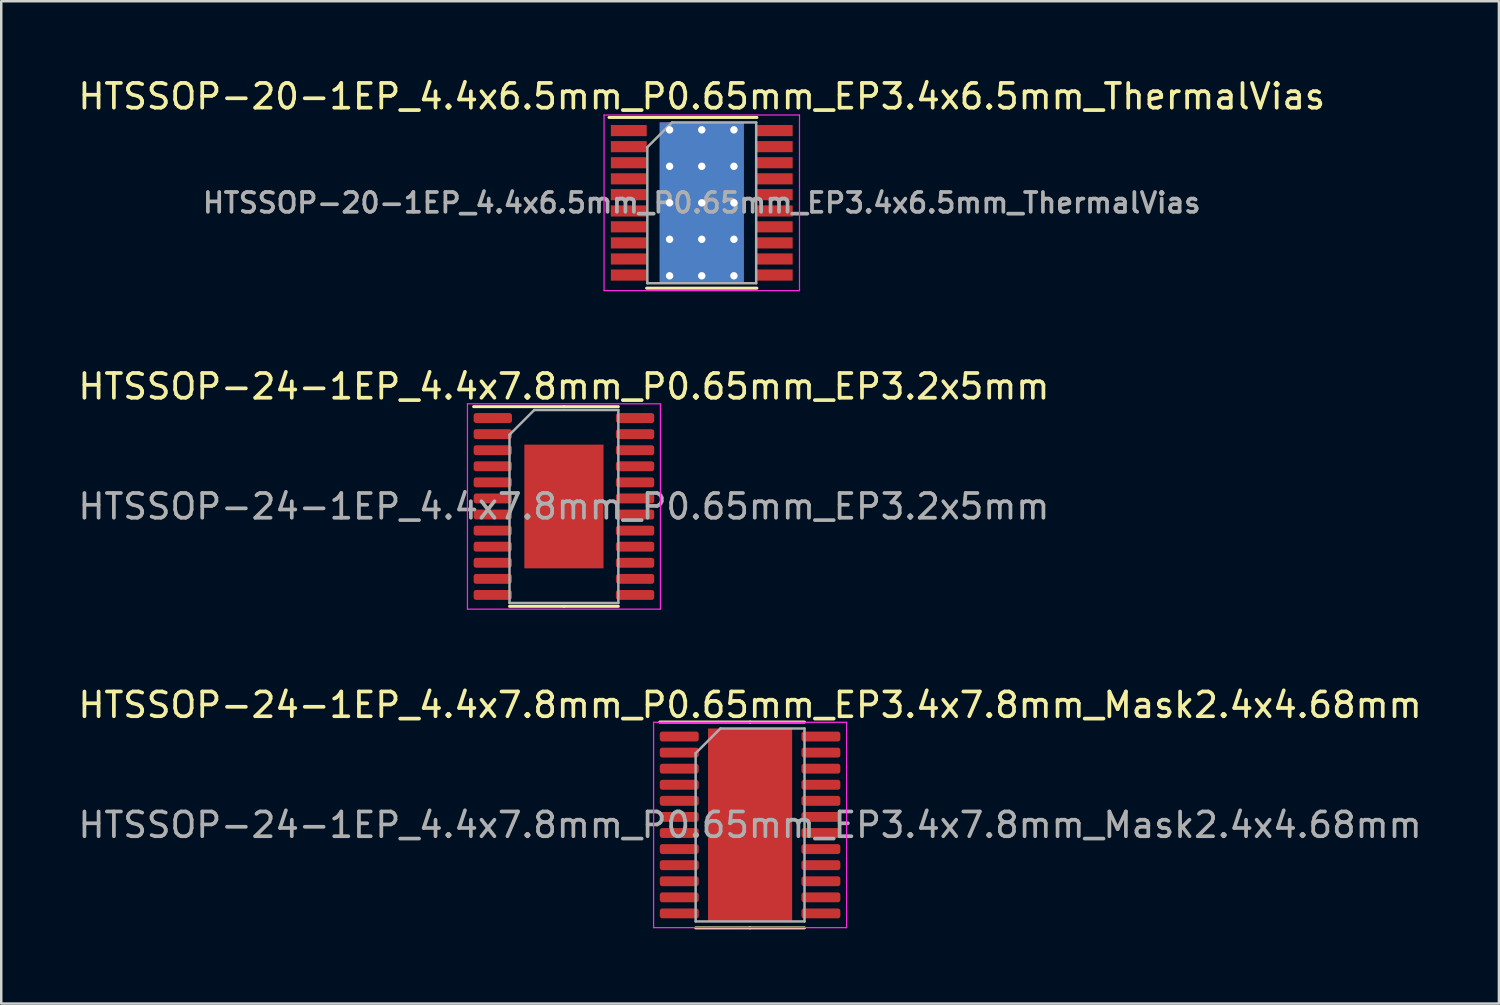
<source format=kicad_pcb>
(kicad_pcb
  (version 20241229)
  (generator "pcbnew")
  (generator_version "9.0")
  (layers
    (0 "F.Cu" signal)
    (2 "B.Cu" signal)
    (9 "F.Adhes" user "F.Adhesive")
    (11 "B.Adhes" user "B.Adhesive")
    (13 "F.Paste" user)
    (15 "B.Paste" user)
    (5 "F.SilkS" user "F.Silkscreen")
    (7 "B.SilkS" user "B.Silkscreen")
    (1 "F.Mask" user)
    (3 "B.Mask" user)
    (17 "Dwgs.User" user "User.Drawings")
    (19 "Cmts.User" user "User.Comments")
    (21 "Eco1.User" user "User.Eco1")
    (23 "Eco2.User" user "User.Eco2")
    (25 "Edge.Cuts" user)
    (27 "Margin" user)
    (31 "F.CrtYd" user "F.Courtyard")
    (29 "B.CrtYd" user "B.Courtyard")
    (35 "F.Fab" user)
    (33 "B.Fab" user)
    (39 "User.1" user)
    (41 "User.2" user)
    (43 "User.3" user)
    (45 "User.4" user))
  (footprint "HTSSOP-24-1EP_4.4x7.8mm_P0.65mm_EP3.2x5mm"
    (layer "F.Cu")
    (at 19.744 17.422)
    (property "Reference" "HTSSOP-24-1EP_4.4x7.8mm_P0.65mm_EP3.2x5mm" (at 0 -4.85 0) (layer "F.SilkS") (effects (font (size 1 1) (thickness 0.15))))
    (attr smd)
    (fp_line (start 0 -4.035) (end -3.65 -4.035) (stroke (width 0.12) (type solid)) (layer "F.SilkS"))
    (fp_line (start 0 -4.035) (end 2.2 -4.035) (stroke (width 0.12) (type solid)) (layer "F.SilkS"))
    (fp_line (start 0 4.035) (end -2.2 4.035) (stroke (width 0.12) (type solid)) (layer "F.SilkS"))
    (fp_line (start 0 4.035) (end 2.2 4.035) (stroke (width 0.12) (type solid)) (layer "F.SilkS"))
    (fp_line (start -3.9 -4.15) (end -3.9 4.15) (stroke (width 0.05) (type solid)) (layer "F.CrtYd"))
    (fp_line (start -3.9 4.15) (end 3.9 4.15) (stroke (width 0.05) (type solid)) (layer "F.CrtYd"))
    (fp_line (start 3.9 -4.15) (end -3.9 -4.15) (stroke (width 0.05) (type solid)) (layer "F.CrtYd"))
    (fp_line (start 3.9 4.15) (end 3.9 -4.15) (stroke (width 0.05) (type solid)) (layer "F.CrtYd"))
    (fp_line (start -2.2 -2.9) (end -1.2 -3.9) (stroke (width 0.1) (type solid)) (layer "F.Fab"))
    (fp_line (start -2.2 3.9) (end -2.2 -2.9) (stroke (width 0.1) (type solid)) (layer "F.Fab"))
    (fp_line (start -1.2 -3.9) (end 2.2 -3.9) (stroke (width 0.1) (type solid)) (layer "F.Fab"))
    (fp_line (start 2.2 -3.9) (end 2.2 3.9) (stroke (width 0.1) (type solid)) (layer "F.Fab"))
    (fp_line (start 2.2 3.9) (end -2.2 3.9) (stroke (width 0.1) (type solid)) (layer "F.Fab"))
    (fp_text user "${REFERENCE}" (at 0 0 0) (layer "F.Fab") (effects (font (size 1 1) (thickness 0.15))))
    (pad "" smd roundrect (at -0.8 -1.67) (size 1.29 1.34) (layers "F.Paste") (roundrect_rratio 0.194))
    (pad "" smd roundrect (at -0.8 0) (size 1.29 1.34) (layers "F.Paste") (roundrect_rratio 0.194))
    (pad "" smd roundrect (at -0.8 1.67) (size 1.29 1.34) (layers "F.Paste") (roundrect_rratio 0.194))
    (pad "" smd roundrect (at 0.8 -1.67) (size 1.29 1.34) (layers "F.Paste") (roundrect_rratio 0.194))
    (pad "" smd roundrect (at 0.8 0) (size 1.29 1.34) (layers "F.Paste") (roundrect_rratio 0.194))
    (pad "" smd roundrect (at 0.8 1.67) (size 1.29 1.34) (layers "F.Paste") (roundrect_rratio 0.194))
    (pad "1" smd roundrect (at -2.875 -3.575) (size 1.55 0.4) (layers "F.Cu" "F.Mask" "F.Paste") (roundrect_rratio 0.25))
    (pad "2" smd roundrect (at -2.875 -2.925) (size 1.55 0.4) (layers "F.Cu" "F.Mask" "F.Paste") (roundrect_rratio 0.25))
    (pad "3" smd roundrect (at -2.875 -2.275) (size 1.55 0.4) (layers "F.Cu" "F.Mask" "F.Paste") (roundrect_rratio 0.25))
    (pad "4" smd roundrect (at -2.875 -1.625) (size 1.55 0.4) (layers "F.Cu" "F.Mask" "F.Paste") (roundrect_rratio 0.25))
    (pad "5" smd roundrect (at -2.875 -0.975) (size 1.55 0.4) (layers "F.Cu" "F.Mask" "F.Paste") (roundrect_rratio 0.25))
    (pad "6" smd roundrect (at -2.875 -0.325) (size 1.55 0.4) (layers "F.Cu" "F.Mask" "F.Paste") (roundrect_rratio 0.25))
    (pad "7" smd roundrect (at -2.875 0.325) (size 1.55 0.4) (layers "F.Cu" "F.Mask" "F.Paste") (roundrect_rratio 0.25))
    (pad "8" smd roundrect (at -2.875 0.975) (size 1.55 0.4) (layers "F.Cu" "F.Mask" "F.Paste") (roundrect_rratio 0.25))
    (pad "9" smd roundrect (at -2.875 1.625) (size 1.55 0.4) (layers "F.Cu" "F.Mask" "F.Paste") (roundrect_rratio 0.25))
    (pad "10" smd roundrect (at -2.875 2.275) (size 1.55 0.4) (layers "F.Cu" "F.Mask" "F.Paste") (roundrect_rratio 0.25))
    (pad "11" smd roundrect (at -2.875 2.925) (size 1.55 0.4) (layers "F.Cu" "F.Mask" "F.Paste") (roundrect_rratio 0.25))
    (pad "12" smd roundrect (at -2.875 3.575) (size 1.55 0.4) (layers "F.Cu" "F.Mask" "F.Paste") (roundrect_rratio 0.25))
    (pad "13" smd roundrect (at 2.875 3.575) (size 1.55 0.4) (layers "F.Cu" "F.Mask" "F.Paste") (roundrect_rratio 0.25))
    (pad "14" smd roundrect (at 2.875 2.925) (size 1.55 0.4) (layers "F.Cu" "F.Mask" "F.Paste") (roundrect_rratio 0.25))
    (pad "15" smd roundrect (at 2.875 2.275) (size 1.55 0.4) (layers "F.Cu" "F.Mask" "F.Paste") (roundrect_rratio 0.25))
    (pad "16" smd roundrect (at 2.875 1.625) (size 1.55 0.4) (layers "F.Cu" "F.Mask" "F.Paste") (roundrect_rratio 0.25))
    (pad "17" smd roundrect (at 2.875 0.975) (size 1.55 0.4) (layers "F.Cu" "F.Mask" "F.Paste") (roundrect_rratio 0.25))
    (pad "18" smd roundrect (at 2.875 0.325) (size 1.55 0.4) (layers "F.Cu" "F.Mask" "F.Paste") (roundrect_rratio 0.25))
    (pad "19" smd roundrect (at 2.875 -0.325) (size 1.55 0.4) (layers "F.Cu" "F.Mask" "F.Paste") (roundrect_rratio 0.25))
    (pad "20" smd roundrect (at 2.875 -0.975) (size 1.55 0.4) (layers "F.Cu" "F.Mask" "F.Paste") (roundrect_rratio 0.25))
    (pad "21" smd roundrect (at 2.875 -1.625) (size 1.55 0.4) (layers "F.Cu" "F.Mask" "F.Paste") (roundrect_rratio 0.25))
    (pad "22" smd roundrect (at 2.875 -2.275) (size 1.55 0.4) (layers "F.Cu" "F.Mask" "F.Paste") (roundrect_rratio 0.25))
    (pad "23" smd roundrect (at 2.875 -2.925) (size 1.55 0.4) (layers "F.Cu" "F.Mask" "F.Paste") (roundrect_rratio 0.25))
    (pad "24" smd roundrect (at 2.875 -3.575) (size 1.55 0.4) (layers "F.Cu" "F.Mask" "F.Paste") (roundrect_rratio 0.25))
    (pad "25" smd rect (at 0 0) (size 3.2 5) (layers "F.Cu" "F.Mask")))
  (footprint "HTSSOP-20-1EP_4.4x6.5mm_P0.65mm_EP3.4x6.5mm_ThermalVias"
    (layer "F.Cu")
    (at 25.315 5.148)
    (property "Reference" "HTSSOP-20-1EP_4.4x6.5mm_P0.65mm_EP3.4x6.5mm_ThermalVias" (at 0 -4.3 0) (layer "F.SilkS") (effects (font (size 1 1) (thickness 0.15))))
    (attr smd)
    (fp_line (start -3.75 -3.45) (end 2.23 -3.45) (stroke (width 0.12) (type solid)) (layer "F.SilkS"))
    (fp_line (start -2.23 3.45) (end 2.23 3.45) (stroke (width 0.12) (type solid)) (layer "F.SilkS"))
    (fp_line (start -3.95 -3.55) (end -3.95 3.55) (stroke (width 0.05) (type solid)) (layer "F.CrtYd"))
    (fp_line (start -3.95 -3.55) (end 3.95 -3.55) (stroke (width 0.05) (type solid)) (layer "F.CrtYd"))
    (fp_line (start -3.95 3.55) (end 3.95 3.55) (stroke (width 0.05) (type solid)) (layer "F.CrtYd"))
    (fp_line (start 3.95 -3.55) (end 3.95 3.55) (stroke (width 0.05) (type solid)) (layer "F.CrtYd"))
    (fp_line (start -2.2 -2.25) (end -1.2 -3.25) (stroke (width 0.1) (type solid)) (layer "F.Fab"))
    (fp_line (start -2.2 3.25) (end -2.2 -2.25) (stroke (width 0.1) (type solid)) (layer "F.Fab"))
    (fp_line (start -1.2 -3.25) (end 2.2 -3.25) (stroke (width 0.1) (type solid)) (layer "F.Fab"))
    (fp_line (start 2.2 -3.25) (end 2.2 3.25) (stroke (width 0.1) (type solid)) (layer "F.Fab"))
    (fp_line (start 2.2 3.25) (end -2.2 3.25) (stroke (width 0.1) (type solid)) (layer "F.Fab"))
    (fp_text user "${REFERENCE}" (at 0 0 0) (layer "F.Fab") (effects (font (size 0.8 0.8) (thickness 0.15))))
    (pad "" smd rect (at -0.85 -2.212) (size 1.4 1.075) (layers "F.Paste"))
    (pad "" smd rect (at -0.85 -0.738) (size 1.4 1.075) (layers "F.Paste"))
    (pad "" smd rect (at -0.85 0.738) (size 1.4 1.075) (layers "F.Paste"))
    (pad "" smd rect (at -0.85 2.212) (size 1.4 1.075) (layers "F.Paste"))
    (pad "" smd rect (at 0.85 -2.212) (size 1.4 1.075) (layers "F.Paste"))
    (pad "" smd rect (at 0.85 -0.738) (size 1.4 1.075) (layers "F.Paste"))
    (pad "" smd rect (at 0.85 0.738) (size 1.4 1.075) (layers "F.Paste"))
    (pad "" smd rect (at 0.85 2.212) (size 1.4 1.075) (layers "F.Paste"))
    (pad "1" smd rect (at -2.95 -2.92) (size 1.45 0.45) (layers "F.Cu" "F.Mask" "F.Paste"))
    (pad "2" smd rect (at -2.95 -2.27) (size 1.45 0.45) (layers "F.Cu" "F.Mask" "F.Paste"))
    (pad "3" smd rect (at -2.95 -1.62) (size 1.45 0.45) (layers "F.Cu" "F.Mask" "F.Paste"))
    (pad "4" smd rect (at -2.95 -0.97) (size 1.45 0.45) (layers "F.Cu" "F.Mask" "F.Paste"))
    (pad "5" smd rect (at -2.95 -0.33) (size 1.45 0.45) (layers "F.Cu" "F.Mask" "F.Paste"))
    (pad "6" smd rect (at -2.95 0.33) (size 1.45 0.45) (layers "F.Cu" "F.Mask" "F.Paste"))
    (pad "7" smd rect (at -2.95 0.97) (size 1.45 0.45) (layers "F.Cu" "F.Mask" "F.Paste"))
    (pad "8" smd rect (at -2.95 1.62) (size 1.45 0.45) (layers "F.Cu" "F.Mask" "F.Paste"))
    (pad "9" smd rect (at -2.95 2.27) (size 1.45 0.45) (layers "F.Cu" "F.Mask" "F.Paste"))
    (pad "10" smd rect (at -2.95 2.92) (size 1.45 0.45) (layers "F.Cu" "F.Mask" "F.Paste"))
    (pad "11" smd rect (at 2.95 2.92) (size 1.45 0.45) (layers "F.Cu" "F.Mask" "F.Paste"))
    (pad "12" smd rect (at 2.95 2.27) (size 1.45 0.45) (layers "F.Cu" "F.Mask" "F.Paste"))
    (pad "13" smd rect (at 2.95 1.62) (size 1.45 0.45) (layers "F.Cu" "F.Mask" "F.Paste"))
    (pad "14" smd rect (at 2.95 0.97) (size 1.45 0.45) (layers "F.Cu" "F.Mask" "F.Paste"))
    (pad "15" smd rect (at 2.95 0.33) (size 1.45 0.45) (layers "F.Cu" "F.Mask" "F.Paste"))
    (pad "16" smd rect (at 2.95 -0.33) (size 1.45 0.45) (layers "F.Cu" "F.Mask" "F.Paste"))
    (pad "17" smd rect (at 2.95 -0.97) (size 1.45 0.45) (layers "F.Cu" "F.Mask" "F.Paste"))
    (pad "18" smd rect (at 2.95 -1.62) (size 1.45 0.45) (layers "F.Cu" "F.Mask" "F.Paste"))
    (pad "19" smd rect (at 2.95 -2.27) (size 1.45 0.45) (layers "F.Cu" "F.Mask" "F.Paste"))
    (pad "20" smd rect (at 2.95 -2.92) (size 1.45 0.45) (layers "F.Cu" "F.Mask" "F.Paste"))
    (pad "21" thru_hole circle (at -1.3 -2.95) (size 0.6 0.6) (drill 0.3) (layers "*.Cu"))
    (pad "21" thru_hole circle (at -1.3 -1.475) (size 0.6 0.6) (drill 0.3) (layers "*.Cu"))
    (pad "21" thru_hole circle (at -1.3 0) (size 0.6 0.6) (drill 0.3) (layers "*.Cu"))
    (pad "21" thru_hole circle (at -1.3 1.475) (size 0.6 0.6) (drill 0.3) (layers "*.Cu"))
    (pad "21" thru_hole circle (at -1.3 2.95) (size 0.6 0.6) (drill 0.3) (layers "*.Cu"))
    (pad "21" thru_hole circle (at 0 -2.95) (size 0.6 0.6) (drill 0.3) (layers "*.Cu"))
    (pad "21" thru_hole circle (at 0 -1.475) (size 0.6 0.6) (drill 0.3) (layers "*.Cu"))
    (pad "21" thru_hole circle (at 0 0) (size 0.6 0.6) (drill 0.3) (layers "*.Cu"))
    (pad "21" smd rect (at 0 0) (size 3.4 6.5) (layers "F.Cu" "F.Mask"))
    (pad "21" smd rect (at 0 0) (size 3.4 6.5) (layers "B.Cu"))
    (pad "21" thru_hole circle (at 0 1.475) (size 0.6 0.6) (drill 0.3) (layers "*.Cu"))
    (pad "21" thru_hole circle (at 0 2.95) (size 0.6 0.6) (drill 0.3) (layers "*.Cu"))
    (pad "21" thru_hole circle (at 1.3 -2.95) (size 0.6 0.6) (drill 0.3) (layers "*.Cu"))
    (pad "21" thru_hole circle (at 1.3 -1.475) (size 0.6 0.6) (drill 0.3) (layers "*.Cu"))
    (pad "21" thru_hole circle (at 1.3 0) (size 0.6 0.6) (drill 0.3) (layers "*.Cu"))
    (pad "21" thru_hole circle (at 1.3 1.475) (size 0.6 0.6) (drill 0.3) (layers "*.Cu"))
    (pad "21" thru_hole circle (at 1.3 2.95) (size 0.6 0.6) (drill 0.3) (layers "*.Cu")))
  (footprint "HTSSOP-24-1EP_4.4x7.8mm_P0.65mm_EP3.4x7.8mm_Mask2.4x4.68mm"
    (layer "F.Cu")
    (at 27.268 30.295)
    (property "Reference" "HTSSOP-24-1EP_4.4x7.8mm_P0.65mm_EP3.4x7.8mm_Mask2.4x4.68mm" (at 0 -4.85 0) (layer "F.SilkS") (effects (font (size 1 1) (thickness 0.15))))
    (attr smd)
    (fp_line (start 0 -4.16) (end -3.65 -4.16) (stroke (width 0.12) (type solid)) (layer "F.SilkS"))
    (fp_line (start 0 -4.16) (end 2.2 -4.16) (stroke (width 0.12) (type solid)) (layer "F.SilkS"))
    (fp_line (start 0 4.16) (end -2.2 4.16) (stroke (width 0.12) (type solid)) (layer "F.SilkS"))
    (fp_line (start 0 4.16) (end 2.2 4.16) (stroke (width 0.12) (type solid)) (layer "F.SilkS"))
    (fp_line (start -3.9 -4.15) (end -3.9 4.15) (stroke (width 0.05) (type solid)) (layer "F.CrtYd"))
    (fp_line (start -3.9 4.15) (end 3.9 4.15) (stroke (width 0.05) (type solid)) (layer "F.CrtYd"))
    (fp_line (start 3.9 -4.15) (end -3.9 -4.15) (stroke (width 0.05) (type solid)) (layer "F.CrtYd"))
    (fp_line (start 3.9 4.15) (end 3.9 -4.15) (stroke (width 0.05) (type solid)) (layer "F.CrtYd"))
    (fp_line (start -2.2 -2.9) (end -1.2 -3.9) (stroke (width 0.1) (type solid)) (layer "F.Fab"))
    (fp_line (start -2.2 3.9) (end -2.2 -2.9) (stroke (width 0.1) (type solid)) (layer "F.Fab"))
    (fp_line (start -1.2 -3.9) (end 2.2 -3.9) (stroke (width 0.1) (type solid)) (layer "F.Fab"))
    (fp_line (start 2.2 -3.9) (end 2.2 3.9) (stroke (width 0.1) (type solid)) (layer "F.Fab"))
    (fp_line (start 2.2 3.9) (end -2.2 3.9) (stroke (width 0.1) (type solid)) (layer "F.Fab"))
    (fp_text user "${REFERENCE}" (at 0 0 0) (layer "F.Fab") (effects (font (size 1 1) (thickness 0.15))))
    (pad "" smd roundrect (at 0 -1.17) (size 1.93 1.89) (layers "F.Paste") (roundrect_rratio 0.132))
    (pad "" smd rect (at 0 0) (size 2.4 4.68) (layers "F.Mask"))
    (pad "" smd roundrect (at 0 1.17) (size 1.93 1.89) (layers "F.Paste") (roundrect_rratio 0.132))
    (pad "1" smd roundrect (at -2.862 -3.575) (size 1.575 0.4) (layers "F.Cu" "F.Mask" "F.Paste") (roundrect_rratio 0.25))
    (pad "2" smd roundrect (at -2.862 -2.925) (size 1.575 0.4) (layers "F.Cu" "F.Mask" "F.Paste") (roundrect_rratio 0.25))
    (pad "3" smd roundrect (at -2.862 -2.275) (size 1.575 0.4) (layers "F.Cu" "F.Mask" "F.Paste") (roundrect_rratio 0.25))
    (pad "4" smd roundrect (at -2.862 -1.625) (size 1.575 0.4) (layers "F.Cu" "F.Mask" "F.Paste") (roundrect_rratio 0.25))
    (pad "5" smd roundrect (at -2.862 -0.975) (size 1.575 0.4) (layers "F.Cu" "F.Mask" "F.Paste") (roundrect_rratio 0.25))
    (pad "6" smd roundrect (at -2.862 -0.325) (size 1.575 0.4) (layers "F.Cu" "F.Mask" "F.Paste") (roundrect_rratio 0.25))
    (pad "7" smd roundrect (at -2.862 0.325) (size 1.575 0.4) (layers "F.Cu" "F.Mask" "F.Paste") (roundrect_rratio 0.25))
    (pad "8" smd roundrect (at -2.862 0.975) (size 1.575 0.4) (layers "F.Cu" "F.Mask" "F.Paste") (roundrect_rratio 0.25))
    (pad "9" smd roundrect (at -2.862 1.625) (size 1.575 0.4) (layers "F.Cu" "F.Mask" "F.Paste") (roundrect_rratio 0.25))
    (pad "10" smd roundrect (at -2.862 2.275) (size 1.575 0.4) (layers "F.Cu" "F.Mask" "F.Paste") (roundrect_rratio 0.25))
    (pad "11" smd roundrect (at -2.862 2.925) (size 1.575 0.4) (layers "F.Cu" "F.Mask" "F.Paste") (roundrect_rratio 0.25))
    (pad "12" smd roundrect (at -2.862 3.575) (size 1.575 0.4) (layers "F.Cu" "F.Mask" "F.Paste") (roundrect_rratio 0.25))
    (pad "13" smd roundrect (at 2.862 3.575) (size 1.575 0.4) (layers "F.Cu" "F.Mask" "F.Paste") (roundrect_rratio 0.25))
    (pad "14" smd roundrect (at 2.862 2.925) (size 1.575 0.4) (layers "F.Cu" "F.Mask" "F.Paste") (roundrect_rratio 0.25))
    (pad "15" smd roundrect (at 2.862 2.275) (size 1.575 0.4) (layers "F.Cu" "F.Mask" "F.Paste") (roundrect_rratio 0.25))
    (pad "16" smd roundrect (at 2.862 1.625) (size 1.575 0.4) (layers "F.Cu" "F.Mask" "F.Paste") (roundrect_rratio 0.25))
    (pad "17" smd roundrect (at 2.862 0.975) (size 1.575 0.4) (layers "F.Cu" "F.Mask" "F.Paste") (roundrect_rratio 0.25))
    (pad "18" smd roundrect (at 2.862 0.325) (size 1.575 0.4) (layers "F.Cu" "F.Mask" "F.Paste") (roundrect_rratio 0.25))
    (pad "19" smd roundrect (at 2.862 -0.325) (size 1.575 0.4) (layers "F.Cu" "F.Mask" "F.Paste") (roundrect_rratio 0.25))
    (pad "20" smd roundrect (at 2.862 -0.975) (size 1.575 0.4) (layers "F.Cu" "F.Mask" "F.Paste") (roundrect_rratio 0.25))
    (pad "21" smd roundrect (at 2.862 -1.625) (size 1.575 0.4) (layers "F.Cu" "F.Mask" "F.Paste") (roundrect_rratio 0.25))
    (pad "22" smd roundrect (at 2.862 -2.275) (size 1.575 0.4) (layers "F.Cu" "F.Mask" "F.Paste") (roundrect_rratio 0.25))
    (pad "23" smd roundrect (at 2.862 -2.925) (size 1.575 0.4) (layers "F.Cu" "F.Mask" "F.Paste") (roundrect_rratio 0.25))
    (pad "24" smd roundrect (at 2.862 -3.575) (size 1.575 0.4) (layers "F.Cu" "F.Mask" "F.Paste") (roundrect_rratio 0.25))
    (pad "25" smd rect (at 0 0) (size 3.4 7.8) (layers "F.Cu")))
  (gr_rect
    (start -3 -3)
    (end 57.536 37.515)
    (stroke (width 0.1) (type default))
    (fill no)
    (layer "Edge.Cuts")))
</source>
